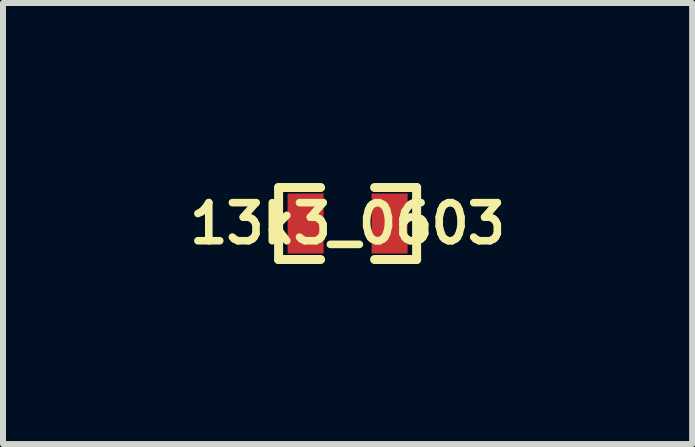
<source format=kicad_pcb>
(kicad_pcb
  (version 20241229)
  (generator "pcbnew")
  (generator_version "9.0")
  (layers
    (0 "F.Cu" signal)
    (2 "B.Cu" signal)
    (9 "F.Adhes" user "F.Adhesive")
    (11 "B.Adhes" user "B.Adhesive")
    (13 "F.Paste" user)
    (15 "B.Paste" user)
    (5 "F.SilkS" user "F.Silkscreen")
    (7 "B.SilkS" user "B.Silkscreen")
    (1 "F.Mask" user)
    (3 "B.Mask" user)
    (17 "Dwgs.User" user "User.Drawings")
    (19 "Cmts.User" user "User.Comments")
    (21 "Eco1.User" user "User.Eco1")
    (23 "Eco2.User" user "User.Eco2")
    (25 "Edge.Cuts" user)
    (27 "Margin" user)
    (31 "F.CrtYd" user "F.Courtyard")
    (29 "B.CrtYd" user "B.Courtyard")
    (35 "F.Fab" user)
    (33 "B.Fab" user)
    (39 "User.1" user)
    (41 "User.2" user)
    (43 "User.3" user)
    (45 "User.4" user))
  (footprint "13k3_0603"
    (layer "F.Cu")
    (at 2.743 0.675)
    (property "Reference" "13k3_0603" (at 0 0 0) (layer "F.SilkS") (effects (font (size 0.635 0.635) (thickness 0.127))))
    (attr smd)
    (fp_line (start -1.15 -0.6) (end -1.15 0.6) (stroke (width 0.15) (type solid)) (layer "F.SilkS"))
    (fp_line (start -1.15 0.6) (end -0.45 0.6) (stroke (width 0.15) (type solid)) (layer "F.SilkS"))
    (fp_line (start -0.45 -0.6) (end -1.15 -0.6) (stroke (width 0.15) (type solid)) (layer "F.SilkS"))
    (fp_line (start 0.45 -0.6) (end 1.15 -0.6) (stroke (width 0.15) (type solid)) (layer "F.SilkS"))
    (fp_line (start 1.15 -0.6) (end 1.15 0.6) (stroke (width 0.15) (type solid)) (layer "F.SilkS"))
    (fp_line (start 1.15 0.6) (end 0.45 0.6) (stroke (width 0.15) (type solid)) (layer "F.SilkS"))
    (pad "1" smd rect (at -0.7 0) (size 0.6 1) (layers "F.Cu" "F.Mask" "F.Paste"))
    (pad "2" smd rect (at 0.7 0) (size 0.6 1) (layers "F.Cu" "F.Mask" "F.Paste")))
  (gr_rect
    (start -3 -3)
    (end 8.485 4.35)
    (stroke (width 0.1) (type default))
    (fill no)
    (layer "Edge.Cuts")))
</source>
